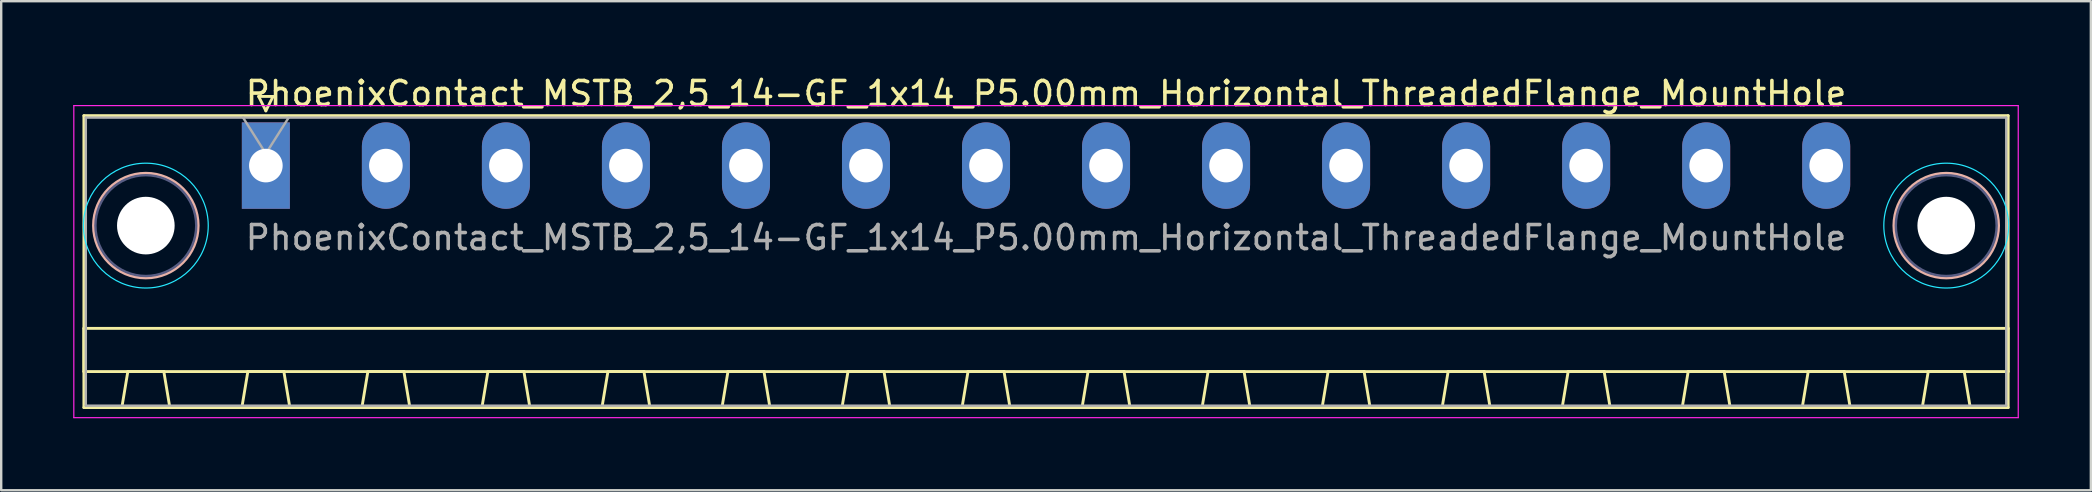
<source format=kicad_pcb>
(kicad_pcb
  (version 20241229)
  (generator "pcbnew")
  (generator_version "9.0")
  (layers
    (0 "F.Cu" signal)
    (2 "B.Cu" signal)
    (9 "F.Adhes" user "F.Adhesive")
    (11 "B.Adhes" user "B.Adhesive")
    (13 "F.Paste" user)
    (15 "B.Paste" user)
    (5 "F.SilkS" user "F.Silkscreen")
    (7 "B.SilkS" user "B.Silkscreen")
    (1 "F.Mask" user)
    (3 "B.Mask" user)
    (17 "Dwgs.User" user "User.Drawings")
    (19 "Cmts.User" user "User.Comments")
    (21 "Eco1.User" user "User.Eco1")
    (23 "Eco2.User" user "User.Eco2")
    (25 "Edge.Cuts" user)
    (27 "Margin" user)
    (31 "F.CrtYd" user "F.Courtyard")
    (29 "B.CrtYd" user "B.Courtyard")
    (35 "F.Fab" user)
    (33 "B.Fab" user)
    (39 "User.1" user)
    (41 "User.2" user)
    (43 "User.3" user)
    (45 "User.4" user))
  (footprint "PhoenixContact_MSTB_2,5_14-GF_1x14_P5.00mm_Horizontal_ThreadedFlange_MountHole"
    (layer "F.Cu")
    (at 8.025 3.848)
    (property "Reference" "PhoenixContact_MSTB_2,5_14-GF_1x14_P5.00mm_Horizontal_ThreadedFlange_MountHole" (at 32.5 -3 0) (layer "F.SilkS") (effects (font (size 1 1) (thickness 0.15))))
    (attr through_hole)
    (fp_line (start -7.58 -2.08) (end -7.58 10.08) (stroke (width 0.12) (type solid)) (layer "F.SilkS"))
    (fp_line (start -7.58 6.78) (end 72.58 6.78) (stroke (width 0.12) (type solid)) (layer "F.SilkS"))
    (fp_line (start -7.58 8.58) (end -7.58 6.78) (stroke (width 0.12) (type solid)) (layer "F.SilkS"))
    (fp_line (start -7.58 10.08) (end 72.58 10.08) (stroke (width 0.12) (type solid)) (layer "F.SilkS"))
    (fp_line (start -6 10.08) (end -4 10.08) (stroke (width 0.12) (type solid)) (layer "F.SilkS"))
    (fp_line (start -5.75 8.58) (end -6 10.08) (stroke (width 0.12) (type solid)) (layer "F.SilkS"))
    (fp_line (start -4.25 8.58) (end -5.75 8.58) (stroke (width 0.12) (type solid)) (layer "F.SilkS"))
    (fp_line (start -4 10.08) (end -4.25 8.58) (stroke (width 0.12) (type solid)) (layer "F.SilkS"))
    (fp_line (start -1 10.08) (end 1 10.08) (stroke (width 0.12) (type solid)) (layer "F.SilkS"))
    (fp_line (start -0.75 8.58) (end -1 10.08) (stroke (width 0.12) (type solid)) (layer "F.SilkS"))
    (fp_line (start -0.3 -2.88) (end 0.3 -2.88) (stroke (width 0.12) (type solid)) (layer "F.SilkS"))
    (fp_line (start 0 -2.28) (end -0.3 -2.88) (stroke (width 0.12) (type solid)) (layer "F.SilkS"))
    (fp_line (start 0.3 -2.88) (end 0 -2.28) (stroke (width 0.12) (type solid)) (layer "F.SilkS"))
    (fp_line (start 0.75 8.58) (end -0.75 8.58) (stroke (width 0.12) (type solid)) (layer "F.SilkS"))
    (fp_line (start 1 10.08) (end 0.75 8.58) (stroke (width 0.12) (type solid)) (layer "F.SilkS"))
    (fp_line (start 4 10.08) (end 6 10.08) (stroke (width 0.12) (type solid)) (layer "F.SilkS"))
    (fp_line (start 4.25 8.58) (end 4 10.08) (stroke (width 0.12) (type solid)) (layer "F.SilkS"))
    (fp_line (start 5.75 8.58) (end 4.25 8.58) (stroke (width 0.12) (type solid)) (layer "F.SilkS"))
    (fp_line (start 6 10.08) (end 5.75 8.58) (stroke (width 0.12) (type solid)) (layer "F.SilkS"))
    (fp_line (start 9 10.08) (end 11 10.08) (stroke (width 0.12) (type solid)) (layer "F.SilkS"))
    (fp_line (start 9.25 8.58) (end 9 10.08) (stroke (width 0.12) (type solid)) (layer "F.SilkS"))
    (fp_line (start 10.75 8.58) (end 9.25 8.58) (stroke (width 0.12) (type solid)) (layer "F.SilkS"))
    (fp_line (start 11 10.08) (end 10.75 8.58) (stroke (width 0.12) (type solid)) (layer "F.SilkS"))
    (fp_line (start 14 10.08) (end 16 10.08) (stroke (width 0.12) (type solid)) (layer "F.SilkS"))
    (fp_line (start 14.25 8.58) (end 14 10.08) (stroke (width 0.12) (type solid)) (layer "F.SilkS"))
    (fp_line (start 15.75 8.58) (end 14.25 8.58) (stroke (width 0.12) (type solid)) (layer "F.SilkS"))
    (fp_line (start 16 10.08) (end 15.75 8.58) (stroke (width 0.12) (type solid)) (layer "F.SilkS"))
    (fp_line (start 19 10.08) (end 21 10.08) (stroke (width 0.12) (type solid)) (layer "F.SilkS"))
    (fp_line (start 19.25 8.58) (end 19 10.08) (stroke (width 0.12) (type solid)) (layer "F.SilkS"))
    (fp_line (start 20.75 8.58) (end 19.25 8.58) (stroke (width 0.12) (type solid)) (layer "F.SilkS"))
    (fp_line (start 21 10.08) (end 20.75 8.58) (stroke (width 0.12) (type solid)) (layer "F.SilkS"))
    (fp_line (start 24 10.08) (end 26 10.08) (stroke (width 0.12) (type solid)) (layer "F.SilkS"))
    (fp_line (start 24.25 8.58) (end 24 10.08) (stroke (width 0.12) (type solid)) (layer "F.SilkS"))
    (fp_line (start 25.75 8.58) (end 24.25 8.58) (stroke (width 0.12) (type solid)) (layer "F.SilkS"))
    (fp_line (start 26 10.08) (end 25.75 8.58) (stroke (width 0.12) (type solid)) (layer "F.SilkS"))
    (fp_line (start 29 10.08) (end 31 10.08) (stroke (width 0.12) (type solid)) (layer "F.SilkS"))
    (fp_line (start 29.25 8.58) (end 29 10.08) (stroke (width 0.12) (type solid)) (layer "F.SilkS"))
    (fp_line (start 30.75 8.58) (end 29.25 8.58) (stroke (width 0.12) (type solid)) (layer "F.SilkS"))
    (fp_line (start 31 10.08) (end 30.75 8.58) (stroke (width 0.12) (type solid)) (layer "F.SilkS"))
    (fp_line (start 34 10.08) (end 36 10.08) (stroke (width 0.12) (type solid)) (layer "F.SilkS"))
    (fp_line (start 34.25 8.58) (end 34 10.08) (stroke (width 0.12) (type solid)) (layer "F.SilkS"))
    (fp_line (start 35.75 8.58) (end 34.25 8.58) (stroke (width 0.12) (type solid)) (layer "F.SilkS"))
    (fp_line (start 36 10.08) (end 35.75 8.58) (stroke (width 0.12) (type solid)) (layer "F.SilkS"))
    (fp_line (start 39 10.08) (end 41 10.08) (stroke (width 0.12) (type solid)) (layer "F.SilkS"))
    (fp_line (start 39.25 8.58) (end 39 10.08) (stroke (width 0.12) (type solid)) (layer "F.SilkS"))
    (fp_line (start 40.75 8.58) (end 39.25 8.58) (stroke (width 0.12) (type solid)) (layer "F.SilkS"))
    (fp_line (start 41 10.08) (end 40.75 8.58) (stroke (width 0.12) (type solid)) (layer "F.SilkS"))
    (fp_line (start 44 10.08) (end 46 10.08) (stroke (width 0.12) (type solid)) (layer "F.SilkS"))
    (fp_line (start 44.25 8.58) (end 44 10.08) (stroke (width 0.12) (type solid)) (layer "F.SilkS"))
    (fp_line (start 45.75 8.58) (end 44.25 8.58) (stroke (width 0.12) (type solid)) (layer "F.SilkS"))
    (fp_line (start 46 10.08) (end 45.75 8.58) (stroke (width 0.12) (type solid)) (layer "F.SilkS"))
    (fp_line (start 49 10.08) (end 51 10.08) (stroke (width 0.12) (type solid)) (layer "F.SilkS"))
    (fp_line (start 49.25 8.58) (end 49 10.08) (stroke (width 0.12) (type solid)) (layer "F.SilkS"))
    (fp_line (start 50.75 8.58) (end 49.25 8.58) (stroke (width 0.12) (type solid)) (layer "F.SilkS"))
    (fp_line (start 51 10.08) (end 50.75 8.58) (stroke (width 0.12) (type solid)) (layer "F.SilkS"))
    (fp_line (start 54 10.08) (end 56 10.08) (stroke (width 0.12) (type solid)) (layer "F.SilkS"))
    (fp_line (start 54.25 8.58) (end 54 10.08) (stroke (width 0.12) (type solid)) (layer "F.SilkS"))
    (fp_line (start 55.75 8.58) (end 54.25 8.58) (stroke (width 0.12) (type solid)) (layer "F.SilkS"))
    (fp_line (start 56 10.08) (end 55.75 8.58) (stroke (width 0.12) (type solid)) (layer "F.SilkS"))
    (fp_line (start 59 10.08) (end 61 10.08) (stroke (width 0.12) (type solid)) (layer "F.SilkS"))
    (fp_line (start 59.25 8.58) (end 59 10.08) (stroke (width 0.12) (type solid)) (layer "F.SilkS"))
    (fp_line (start 60.75 8.58) (end 59.25 8.58) (stroke (width 0.12) (type solid)) (layer "F.SilkS"))
    (fp_line (start 61 10.08) (end 60.75 8.58) (stroke (width 0.12) (type solid)) (layer "F.SilkS"))
    (fp_line (start 64 10.08) (end 66 10.08) (stroke (width 0.12) (type solid)) (layer "F.SilkS"))
    (fp_line (start 64.25 8.58) (end 64 10.08) (stroke (width 0.12) (type solid)) (layer "F.SilkS"))
    (fp_line (start 65.75 8.58) (end 64.25 8.58) (stroke (width 0.12) (type solid)) (layer "F.SilkS"))
    (fp_line (start 66 10.08) (end 65.75 8.58) (stroke (width 0.12) (type solid)) (layer "F.SilkS"))
    (fp_line (start 69 10.08) (end 71 10.08) (stroke (width 0.12) (type solid)) (layer "F.SilkS"))
    (fp_line (start 69.25 8.58) (end 69 10.08) (stroke (width 0.12) (type solid)) (layer "F.SilkS"))
    (fp_line (start 70.75 8.58) (end 69.25 8.58) (stroke (width 0.12) (type solid)) (layer "F.SilkS"))
    (fp_line (start 71 10.08) (end 70.75 8.58) (stroke (width 0.12) (type solid)) (layer "F.SilkS"))
    (fp_line (start 72.58 -2.08) (end -7.58 -2.08) (stroke (width 0.12) (type solid)) (layer "F.SilkS"))
    (fp_line (start 72.58 6.78) (end 72.58 8.58) (stroke (width 0.12) (type solid)) (layer "F.SilkS"))
    (fp_line (start 72.58 8.58) (end -7.58 8.58) (stroke (width 0.12) (type solid)) (layer "F.SilkS"))
    (fp_line (start 72.58 10.08) (end 72.58 -2.08) (stroke (width 0.12) (type solid)) (layer "F.SilkS"))
    (fp_circle (center -5 2.5) (end -2.82 2.5) (stroke (width 0.12) (type solid)) (fill no) (layer "B.SilkS"))
    (fp_circle (center 70 2.5) (end 72.18 2.5) (stroke (width 0.12) (type solid)) (fill no) (layer "B.SilkS"))
    (fp_circle (center -5 2.5) (end -2.4 2.5) (stroke (width 0.05) (type solid)) (fill no) (layer "B.CrtYd"))
    (fp_circle (center 70 2.5) (end 72.6 2.5) (stroke (width 0.05) (type solid)) (fill no) (layer "B.CrtYd"))
    (fp_line (start -8 -2.5) (end -8 10.5) (stroke (width 0.05) (type solid)) (layer "F.CrtYd"))
    (fp_line (start -8 10.5) (end 73 10.5) (stroke (width 0.05) (type solid)) (layer "F.CrtYd"))
    (fp_line (start 73 -2.5) (end -8 -2.5) (stroke (width 0.05) (type solid)) (layer "F.CrtYd"))
    (fp_line (start 73 10.5) (end 73 -2.5) (stroke (width 0.05) (type solid)) (layer "F.CrtYd"))
    (fp_circle (center -5 2.5) (end -2.9 2.5) (stroke (width 0.1) (type solid)) (fill no) (layer "B.Fab"))
    (fp_circle (center 70 2.5) (end 72.1 2.5) (stroke (width 0.1) (type solid)) (fill no) (layer "B.Fab"))
    (fp_line (start -7.5 -2) (end -7.5 10) (stroke (width 0.1) (type solid)) (layer "F.Fab"))
    (fp_line (start -7.5 10) (end 72.5 10) (stroke (width 0.1) (type solid)) (layer "F.Fab"))
    (fp_line (start 0 -0.5) (end -0.95 -2) (stroke (width 0.1) (type solid)) (layer "F.Fab"))
    (fp_line (start 0.95 -2) (end 0 -0.5) (stroke (width 0.1) (type solid)) (layer "F.Fab"))
    (fp_line (start 72.5 -2) (end -7.5 -2) (stroke (width 0.1) (type solid)) (layer "F.Fab"))
    (fp_line (start 72.5 10) (end 72.5 -2) (stroke (width 0.1) (type solid)) (layer "F.Fab"))
    (fp_text user "${REFERENCE}" (at 32.5 3 0) (layer "F.Fab") (effects (font (size 1 1) (thickness 0.15))))
    (pad "" np_thru_hole circle (at -5 2.5) (size 2.4 2.4) (drill 2.4) (layers "*.Cu" "*.Mask"))
    (pad "" np_thru_hole circle (at 70 2.5) (size 2.4 2.4) (drill 2.4) (layers "*.Cu" "*.Mask"))
    (pad "1" thru_hole rect (at 0 0) (size 2 3.6) (drill 1.4) (layers "*.Cu" "*.Mask"))
    (pad "2" thru_hole oval (at 5 0) (size 2 3.6) (drill 1.4) (layers "*.Cu" "*.Mask"))
    (pad "3" thru_hole oval (at 10 0) (size 2 3.6) (drill 1.4) (layers "*.Cu" "*.Mask"))
    (pad "4" thru_hole oval (at 15 0) (size 2 3.6) (drill 1.4) (layers "*.Cu" "*.Mask"))
    (pad "5" thru_hole oval (at 20 0) (size 2 3.6) (drill 1.4) (layers "*.Cu" "*.Mask"))
    (pad "6" thru_hole oval (at 25 0) (size 2 3.6) (drill 1.4) (layers "*.Cu" "*.Mask"))
    (pad "7" thru_hole oval (at 30 0) (size 2 3.6) (drill 1.4) (layers "*.Cu" "*.Mask"))
    (pad "8" thru_hole oval (at 35 0) (size 2 3.6) (drill 1.4) (layers "*.Cu" "*.Mask"))
    (pad "9" thru_hole oval (at 40 0) (size 2 3.6) (drill 1.4) (layers "*.Cu" "*.Mask"))
    (pad "10" thru_hole oval (at 45 0) (size 2 3.6) (drill 1.4) (layers "*.Cu" "*.Mask"))
    (pad "11" thru_hole oval (at 50 0) (size 2 3.6) (drill 1.4) (layers "*.Cu" "*.Mask"))
    (pad "12" thru_hole oval (at 55 0) (size 2 3.6) (drill 1.4) (layers "*.Cu" "*.Mask"))
    (pad "13" thru_hole oval (at 60 0) (size 2 3.6) (drill 1.4) (layers "*.Cu" "*.Mask"))
    (pad "14" thru_hole oval (at 65 0) (size 2 3.6) (drill 1.4) (layers "*.Cu" "*.Mask")))
  (gr_rect
    (start -3 -3)
    (end 84.05 17.373)
    (stroke (width 0.1) (type default))
    (fill no)
    (layer "Edge.Cuts")))
</source>
